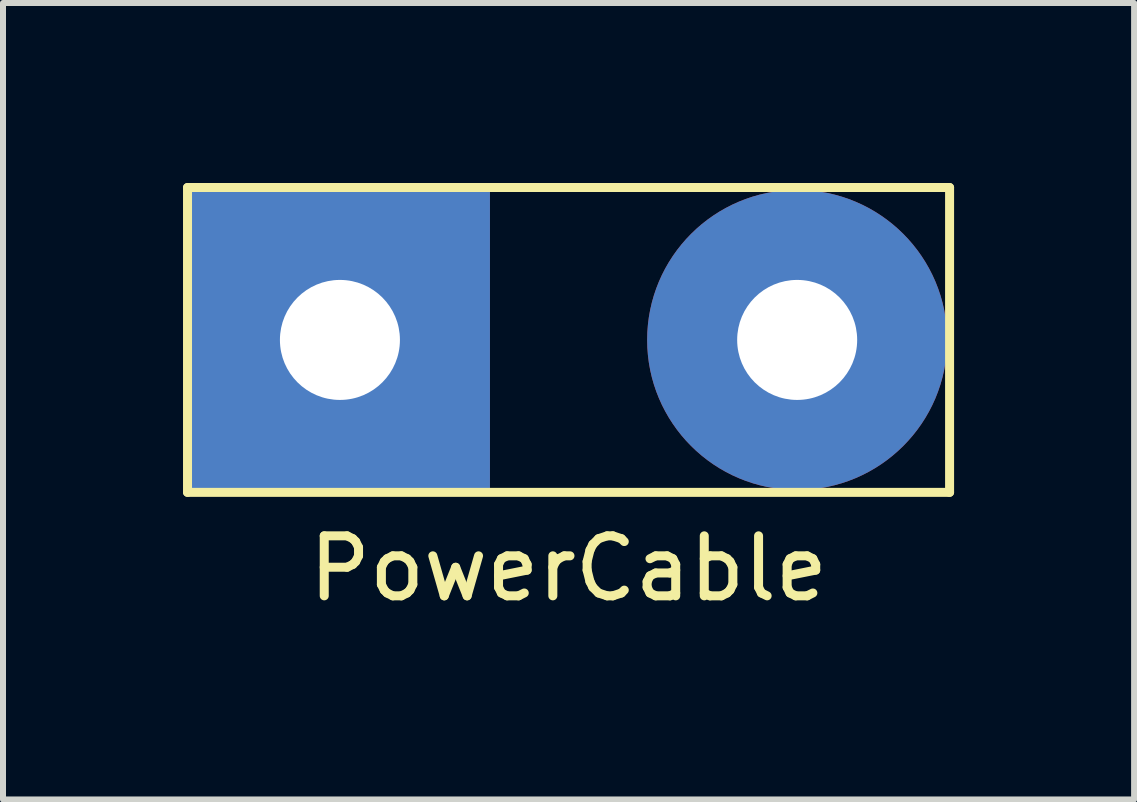
<source format=kicad_pcb>
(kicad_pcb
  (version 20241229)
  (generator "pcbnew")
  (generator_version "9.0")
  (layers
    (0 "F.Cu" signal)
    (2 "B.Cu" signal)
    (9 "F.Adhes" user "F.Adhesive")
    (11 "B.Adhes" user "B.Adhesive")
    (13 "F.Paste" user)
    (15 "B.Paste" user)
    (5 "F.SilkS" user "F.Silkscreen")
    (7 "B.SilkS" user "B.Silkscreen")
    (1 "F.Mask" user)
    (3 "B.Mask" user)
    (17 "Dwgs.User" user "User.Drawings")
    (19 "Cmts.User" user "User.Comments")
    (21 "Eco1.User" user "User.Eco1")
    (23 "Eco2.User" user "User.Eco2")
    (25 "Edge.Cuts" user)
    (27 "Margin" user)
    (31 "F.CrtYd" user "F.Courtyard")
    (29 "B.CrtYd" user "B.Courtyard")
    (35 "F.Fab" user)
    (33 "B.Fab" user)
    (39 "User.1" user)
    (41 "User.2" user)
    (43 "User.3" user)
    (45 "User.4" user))
  (footprint "PowerCable"
    (layer "F.Cu")
    (at 2.615 2.615)
    (property "Reference" "PowerCable" (at 3.81 3.81 0) (layer "F.SilkS") (effects (font (size 1 1) (thickness 0.15))))
    (attr through_hole)
    (fp_line (start -2.54 -2.54) (end 10.16 -2.54) (stroke (width 0.15) (type solid)) (layer "F.SilkS"))
    (fp_line (start -2.54 2.54) (end -2.54 -2.54) (stroke (width 0.15) (type solid)) (layer "F.SilkS"))
    (fp_line (start 10.16 -2.54) (end 10.16 2.54) (stroke (width 0.15) (type solid)) (layer "F.SilkS"))
    (fp_line (start 10.16 2.54) (end -2.54 2.54) (stroke (width 0.15) (type solid)) (layer "F.SilkS"))
    (pad "1" thru_hole rect (at 0 0) (size 5 5) (drill 2) (layers "*.Cu" "*.Mask"))
    (pad "2" thru_hole circle (at 7.62 0) (size 5 5) (drill 2) (layers "*.Cu" "*.Mask")))
  (gr_rect
    (start -3 -3)
    (end 15.85 10.273)
    (stroke (width 0.1) (type default))
    (fill no)
    (layer "Edge.Cuts")))
</source>
